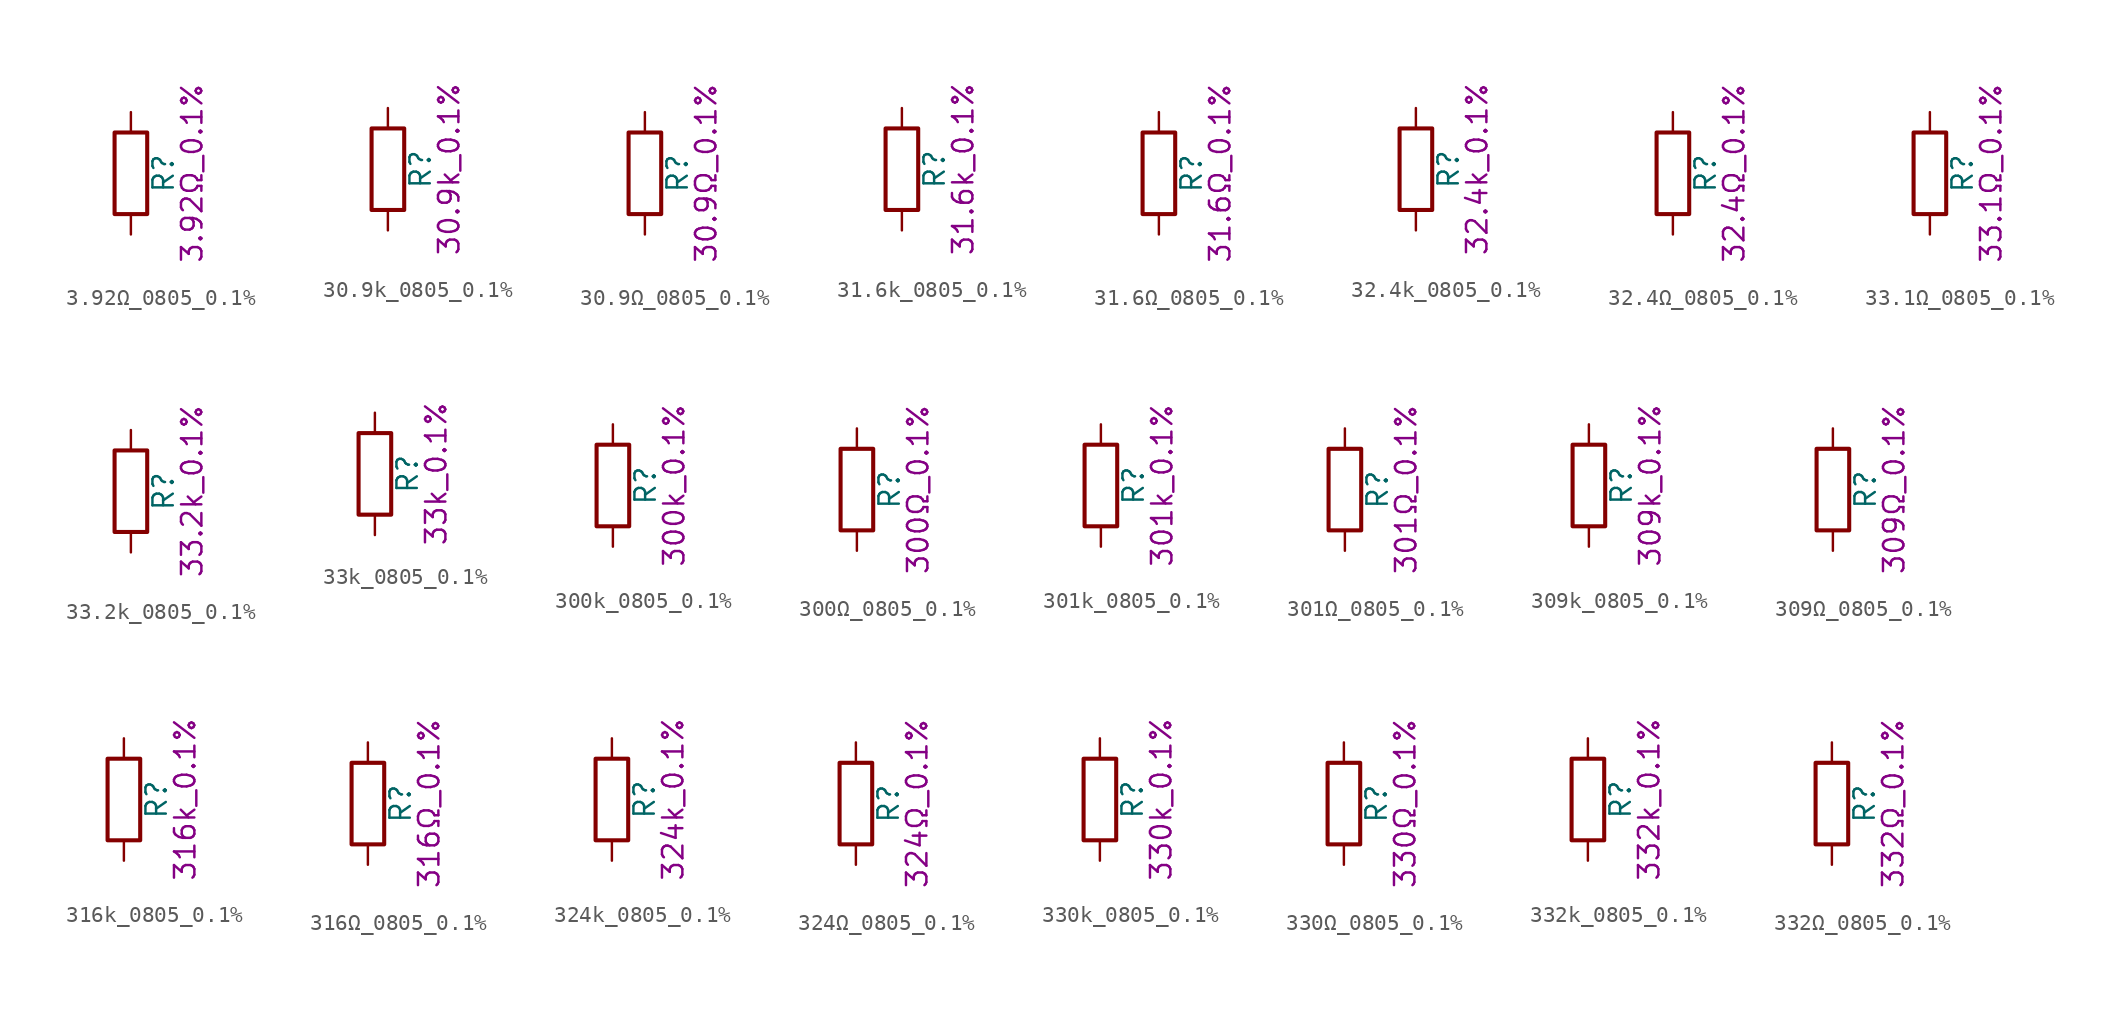
<source format=kicad_sym>
(kicad_symbol_lib
  (version 20211014)
  (generator kicad_symbol_editor)
  (symbol "3.92Ω_0805_0.1%"
    (pin_numbers hide)
    (pin_names
      (offset 0))
    (property "Reference" "R"
      (at 2.032 0 90)
      (effects (font (size 1.27 1.27))))
    (property "Display" "3.92Ω_0.1%"
      (at 3.81 0 90)
      (effects (font (size 1.27 1.27))))
    (symbol "3.92Ω_0805_0.1%_0_1"
      (rectangle (start -1.016 -2.54) (end 1.016 2.54) (stroke (width 0.254) (type default) (color 0 0 0 0)) (fill (type none))))
    (symbol "3.92Ω_0805_0.1%_1_1"
      (pin passive line (at 0 3.81 270) (length 1.27) (name "~" (effects (font (size 1.27 1.27)))) (number "1" (effects (font (size 1.27 1.27)))))
      (pin passive line (at 0 -3.81 90) (length 1.27) (name "~" (effects (font (size 1.27 1.27)))) (number "2" (effects (font (size 1.27 1.27)))))))
  (symbol "30.9k_0805_0.1%"
    (pin_numbers hide)
    (pin_names
      (offset 0))
    (property "Reference" "R"
      (at 2.032 0 90)
      (effects (font (size 1.27 1.27))))
    (property "Display" "30.9k_0.1%"
      (at 3.81 0 90)
      (effects (font (size 1.27 1.27))))
    (symbol "30.9k_0805_0.1%_0_1"
      (rectangle (start -1.016 -2.54) (end 1.016 2.54) (stroke (width 0.254) (type default) (color 0 0 0 0)) (fill (type none))))
    (symbol "30.9k_0805_0.1%_1_1"
      (pin passive line (at 0 3.81 270) (length 1.27) (name "~" (effects (font (size 1.27 1.27)))) (number "1" (effects (font (size 1.27 1.27)))))
      (pin passive line (at 0 -3.81 90) (length 1.27) (name "~" (effects (font (size 1.27 1.27)))) (number "2" (effects (font (size 1.27 1.27)))))))
  (symbol "30.9Ω_0805_0.1%"
    (pin_numbers hide)
    (pin_names
      (offset 0))
    (property "Reference" "R"
      (at 2.032 0 90)
      (effects (font (size 1.27 1.27))))
    (property "Display" "30.9Ω_0.1%"
      (at 3.81 0 90)
      (effects (font (size 1.27 1.27))))
    (symbol "30.9Ω_0805_0.1%_0_1"
      (rectangle (start -1.016 -2.54) (end 1.016 2.54) (stroke (width 0.254) (type default) (color 0 0 0 0)) (fill (type none))))
    (symbol "30.9Ω_0805_0.1%_1_1"
      (pin passive line (at 0 3.81 270) (length 1.27) (name "~" (effects (font (size 1.27 1.27)))) (number "1" (effects (font (size 1.27 1.27)))))
      (pin passive line (at 0 -3.81 90) (length 1.27) (name "~" (effects (font (size 1.27 1.27)))) (number "2" (effects (font (size 1.27 1.27)))))))
  (symbol "31.6k_0805_0.1%"
    (pin_numbers hide)
    (pin_names
      (offset 0))
    (property "Reference" "R"
      (at 2.032 0 90)
      (effects (font (size 1.27 1.27))))
    (property "Display" "31.6k_0.1%"
      (at 3.81 0 90)
      (effects (font (size 1.27 1.27))))
    (symbol "31.6k_0805_0.1%_0_1"
      (rectangle (start -1.016 -2.54) (end 1.016 2.54) (stroke (width 0.254) (type default) (color 0 0 0 0)) (fill (type none))))
    (symbol "31.6k_0805_0.1%_1_1"
      (pin passive line (at 0 3.81 270) (length 1.27) (name "~" (effects (font (size 1.27 1.27)))) (number "1" (effects (font (size 1.27 1.27)))))
      (pin passive line (at 0 -3.81 90) (length 1.27) (name "~" (effects (font (size 1.27 1.27)))) (number "2" (effects (font (size 1.27 1.27)))))))
  (symbol "31.6Ω_0805_0.1%"
    (pin_numbers hide)
    (pin_names
      (offset 0))
    (property "Reference" "R"
      (at 2.032 0 90)
      (effects (font (size 1.27 1.27))))
    (property "Display" "31.6Ω_0.1%"
      (at 3.81 0 90)
      (effects (font (size 1.27 1.27))))
    (symbol "31.6Ω_0805_0.1%_0_1"
      (rectangle (start -1.016 -2.54) (end 1.016 2.54) (stroke (width 0.254) (type default) (color 0 0 0 0)) (fill (type none))))
    (symbol "31.6Ω_0805_0.1%_1_1"
      (pin passive line (at 0 3.81 270) (length 1.27) (name "~" (effects (font (size 1.27 1.27)))) (number "1" (effects (font (size 1.27 1.27)))))
      (pin passive line (at 0 -3.81 90) (length 1.27) (name "~" (effects (font (size 1.27 1.27)))) (number "2" (effects (font (size 1.27 1.27)))))))
  (symbol "32.4k_0805_0.1%"
    (pin_numbers hide)
    (pin_names
      (offset 0))
    (property "Reference" "R"
      (at 2.032 0 90)
      (effects (font (size 1.27 1.27))))
    (property "Display" "32.4k_0.1%"
      (at 3.81 0 90)
      (effects (font (size 1.27 1.27))))
    (symbol "32.4k_0805_0.1%_0_1"
      (rectangle (start -1.016 -2.54) (end 1.016 2.54) (stroke (width 0.254) (type default) (color 0 0 0 0)) (fill (type none))))
    (symbol "32.4k_0805_0.1%_1_1"
      (pin passive line (at 0 3.81 270) (length 1.27) (name "~" (effects (font (size 1.27 1.27)))) (number "1" (effects (font (size 1.27 1.27)))))
      (pin passive line (at 0 -3.81 90) (length 1.27) (name "~" (effects (font (size 1.27 1.27)))) (number "2" (effects (font (size 1.27 1.27)))))))
  (symbol "32.4Ω_0805_0.1%"
    (pin_numbers hide)
    (pin_names
      (offset 0))
    (property "Reference" "R"
      (at 2.032 0 90)
      (effects (font (size 1.27 1.27))))
    (property "Display" "32.4Ω_0.1%"
      (at 3.81 0 90)
      (effects (font (size 1.27 1.27))))
    (symbol "32.4Ω_0805_0.1%_0_1"
      (rectangle (start -1.016 -2.54) (end 1.016 2.54) (stroke (width 0.254) (type default) (color 0 0 0 0)) (fill (type none))))
    (symbol "32.4Ω_0805_0.1%_1_1"
      (pin passive line (at 0 3.81 270) (length 1.27) (name "~" (effects (font (size 1.27 1.27)))) (number "1" (effects (font (size 1.27 1.27)))))
      (pin passive line (at 0 -3.81 90) (length 1.27) (name "~" (effects (font (size 1.27 1.27)))) (number "2" (effects (font (size 1.27 1.27)))))))
  (symbol "33.1Ω_0805_0.1%"
    (pin_numbers hide)
    (pin_names
      (offset 0))
    (property "Reference" "R"
      (at 2.032 0 90)
      (effects (font (size 1.27 1.27))))
    (property "Display" "33.1Ω_0.1%"
      (at 3.81 0 90)
      (effects (font (size 1.27 1.27))))
    (symbol "33.1Ω_0805_0.1%_0_1"
      (rectangle (start -1.016 -2.54) (end 1.016 2.54) (stroke (width 0.254) (type default) (color 0 0 0 0)) (fill (type none))))
    (symbol "33.1Ω_0805_0.1%_1_1"
      (pin passive line (at 0 3.81 270) (length 1.27) (name "~" (effects (font (size 1.27 1.27)))) (number "1" (effects (font (size 1.27 1.27)))))
      (pin passive line (at 0 -3.81 90) (length 1.27) (name "~" (effects (font (size 1.27 1.27)))) (number "2" (effects (font (size 1.27 1.27)))))))
  (symbol "33.2k_0805_0.1%"
    (pin_numbers hide)
    (pin_names
      (offset 0))
    (property "Reference" "R"
      (at 2.032 0 90)
      (effects (font (size 1.27 1.27))))
    (property "Display" "33.2k_0.1%"
      (at 3.81 0 90)
      (effects (font (size 1.27 1.27))))
    (symbol "33.2k_0805_0.1%_0_1"
      (rectangle (start -1.016 -2.54) (end 1.016 2.54) (stroke (width 0.254) (type default) (color 0 0 0 0)) (fill (type none))))
    (symbol "33.2k_0805_0.1%_1_1"
      (pin passive line (at 0 3.81 270) (length 1.27) (name "~" (effects (font (size 1.27 1.27)))) (number "1" (effects (font (size 1.27 1.27)))))
      (pin passive line (at 0 -3.81 90) (length 1.27) (name "~" (effects (font (size 1.27 1.27)))) (number "2" (effects (font (size 1.27 1.27)))))))
  (symbol "33k_0805_0.1%"
    (pin_numbers hide)
    (pin_names
      (offset 0))
    (property "Reference" "R"
      (at 2.032 0 90)
      (effects (font (size 1.27 1.27))))
    (property "Display" "33k_0.1%"
      (at 3.81 0 90)
      (effects (font (size 1.27 1.27))))
    (symbol "33k_0805_0.1%_0_1"
      (rectangle (start -1.016 -2.54) (end 1.016 2.54) (stroke (width 0.254) (type default) (color 0 0 0 0)) (fill (type none))))
    (symbol "33k_0805_0.1%_1_1"
      (pin passive line (at 0 3.81 270) (length 1.27) (name "~" (effects (font (size 1.27 1.27)))) (number "1" (effects (font (size 1.27 1.27)))))
      (pin passive line (at 0 -3.81 90) (length 1.27) (name "~" (effects (font (size 1.27 1.27)))) (number "2" (effects (font (size 1.27 1.27)))))))
  (symbol "300k_0805_0.1%"
    (pin_numbers hide)
    (pin_names
      (offset 0))
    (property "Reference" "R"
      (at 2.032 0 90)
      (effects (font (size 1.27 1.27))))
    (property "Display" "300k_0.1%"
      (at 3.81 0 90)
      (effects (font (size 1.27 1.27))))
    (symbol "300k_0805_0.1%_0_1"
      (rectangle (start -1.016 -2.54) (end 1.016 2.54) (stroke (width 0.254) (type default) (color 0 0 0 0)) (fill (type none))))
    (symbol "300k_0805_0.1%_1_1"
      (pin passive line (at 0 3.81 270) (length 1.27) (name "~" (effects (font (size 1.27 1.27)))) (number "1" (effects (font (size 1.27 1.27)))))
      (pin passive line (at 0 -3.81 90) (length 1.27) (name "~" (effects (font (size 1.27 1.27)))) (number "2" (effects (font (size 1.27 1.27)))))))
  (symbol "300Ω_0805_0.1%"
    (pin_numbers hide)
    (pin_names
      (offset 0))
    (property "Reference" "R"
      (at 2.032 0 90)
      (effects (font (size 1.27 1.27))))
    (property "Display" "300Ω_0.1%"
      (at 3.81 0 90)
      (effects (font (size 1.27 1.27))))
    (symbol "300Ω_0805_0.1%_0_1"
      (rectangle (start -1.016 -2.54) (end 1.016 2.54) (stroke (width 0.254) (type default) (color 0 0 0 0)) (fill (type none))))
    (symbol "300Ω_0805_0.1%_1_1"
      (pin passive line (at 0 3.81 270) (length 1.27) (name "~" (effects (font (size 1.27 1.27)))) (number "1" (effects (font (size 1.27 1.27)))))
      (pin passive line (at 0 -3.81 90) (length 1.27) (name "~" (effects (font (size 1.27 1.27)))) (number "2" (effects (font (size 1.27 1.27)))))))
  (symbol "301k_0805_0.1%"
    (pin_numbers hide)
    (pin_names
      (offset 0))
    (property "Reference" "R"
      (at 2.032 0 90)
      (effects (font (size 1.27 1.27))))
    (property "Display" "301k_0.1%"
      (at 3.81 0 90)
      (effects (font (size 1.27 1.27))))
    (symbol "301k_0805_0.1%_0_1"
      (rectangle (start -1.016 -2.54) (end 1.016 2.54) (stroke (width 0.254) (type default) (color 0 0 0 0)) (fill (type none))))
    (symbol "301k_0805_0.1%_1_1"
      (pin passive line (at 0 3.81 270) (length 1.27) (name "~" (effects (font (size 1.27 1.27)))) (number "1" (effects (font (size 1.27 1.27)))))
      (pin passive line (at 0 -3.81 90) (length 1.27) (name "~" (effects (font (size 1.27 1.27)))) (number "2" (effects (font (size 1.27 1.27)))))))
  (symbol "301Ω_0805_0.1%"
    (pin_numbers hide)
    (pin_names
      (offset 0))
    (property "Reference" "R"
      (at 2.032 0 90)
      (effects (font (size 1.27 1.27))))
    (property "Display" "301Ω_0.1%"
      (at 3.81 0 90)
      (effects (font (size 1.27 1.27))))
    (symbol "301Ω_0805_0.1%_0_1"
      (rectangle (start -1.016 -2.54) (end 1.016 2.54) (stroke (width 0.254) (type default) (color 0 0 0 0)) (fill (type none))))
    (symbol "301Ω_0805_0.1%_1_1"
      (pin passive line (at 0 3.81 270) (length 1.27) (name "~" (effects (font (size 1.27 1.27)))) (number "1" (effects (font (size 1.27 1.27)))))
      (pin passive line (at 0 -3.81 90) (length 1.27) (name "~" (effects (font (size 1.27 1.27)))) (number "2" (effects (font (size 1.27 1.27)))))))
  (symbol "309k_0805_0.1%"
    (pin_numbers hide)
    (pin_names
      (offset 0))
    (property "Reference" "R"
      (at 2.032 0 90)
      (effects (font (size 1.27 1.27))))
    (property "Display" "309k_0.1%"
      (at 3.81 0 90)
      (effects (font (size 1.27 1.27))))
    (symbol "309k_0805_0.1%_0_1"
      (rectangle (start -1.016 -2.54) (end 1.016 2.54) (stroke (width 0.254) (type default) (color 0 0 0 0)) (fill (type none))))
    (symbol "309k_0805_0.1%_1_1"
      (pin passive line (at 0 3.81 270) (length 1.27) (name "~" (effects (font (size 1.27 1.27)))) (number "1" (effects (font (size 1.27 1.27)))))
      (pin passive line (at 0 -3.81 90) (length 1.27) (name "~" (effects (font (size 1.27 1.27)))) (number "2" (effects (font (size 1.27 1.27)))))))
  (symbol "309Ω_0805_0.1%"
    (pin_numbers hide)
    (pin_names
      (offset 0))
    (property "Reference" "R"
      (at 2.032 0 90)
      (effects (font (size 1.27 1.27))))
    (property "Display" "309Ω_0.1%"
      (at 3.81 0 90)
      (effects (font (size 1.27 1.27))))
    (symbol "309Ω_0805_0.1%_0_1"
      (rectangle (start -1.016 -2.54) (end 1.016 2.54) (stroke (width 0.254) (type default) (color 0 0 0 0)) (fill (type none))))
    (symbol "309Ω_0805_0.1%_1_1"
      (pin passive line (at 0 3.81 270) (length 1.27) (name "~" (effects (font (size 1.27 1.27)))) (number "1" (effects (font (size 1.27 1.27)))))
      (pin passive line (at 0 -3.81 90) (length 1.27) (name "~" (effects (font (size 1.27 1.27)))) (number "2" (effects (font (size 1.27 1.27)))))))
  (symbol "316k_0805_0.1%"
    (pin_numbers hide)
    (pin_names
      (offset 0))
    (property "Reference" "R"
      (at 2.032 0 90)
      (effects (font (size 1.27 1.27))))
    (property "Display" "316k_0.1%"
      (at 3.81 0 90)
      (effects (font (size 1.27 1.27))))
    (symbol "316k_0805_0.1%_0_1"
      (rectangle (start -1.016 -2.54) (end 1.016 2.54) (stroke (width 0.254) (type default) (color 0 0 0 0)) (fill (type none))))
    (symbol "316k_0805_0.1%_1_1"
      (pin passive line (at 0 3.81 270) (length 1.27) (name "~" (effects (font (size 1.27 1.27)))) (number "1" (effects (font (size 1.27 1.27)))))
      (pin passive line (at 0 -3.81 90) (length 1.27) (name "~" (effects (font (size 1.27 1.27)))) (number "2" (effects (font (size 1.27 1.27)))))))
  (symbol "316Ω_0805_0.1%"
    (pin_numbers hide)
    (pin_names
      (offset 0))
    (property "Reference" "R"
      (at 2.032 0 90)
      (effects (font (size 1.27 1.27))))
    (property "Display" "316Ω_0.1%"
      (at 3.81 0 90)
      (effects (font (size 1.27 1.27))))
    (symbol "316Ω_0805_0.1%_0_1"
      (rectangle (start -1.016 -2.54) (end 1.016 2.54) (stroke (width 0.254) (type default) (color 0 0 0 0)) (fill (type none))))
    (symbol "316Ω_0805_0.1%_1_1"
      (pin passive line (at 0 3.81 270) (length 1.27) (name "~" (effects (font (size 1.27 1.27)))) (number "1" (effects (font (size 1.27 1.27)))))
      (pin passive line (at 0 -3.81 90) (length 1.27) (name "~" (effects (font (size 1.27 1.27)))) (number "2" (effects (font (size 1.27 1.27)))))))
  (symbol "324k_0805_0.1%"
    (pin_numbers hide)
    (pin_names
      (offset 0))
    (property "Reference" "R"
      (at 2.032 0 90)
      (effects (font (size 1.27 1.27))))
    (property "Display" "324k_0.1%"
      (at 3.81 0 90)
      (effects (font (size 1.27 1.27))))
    (symbol "324k_0805_0.1%_0_1"
      (rectangle (start -1.016 -2.54) (end 1.016 2.54) (stroke (width 0.254) (type default) (color 0 0 0 0)) (fill (type none))))
    (symbol "324k_0805_0.1%_1_1"
      (pin passive line (at 0 3.81 270) (length 1.27) (name "~" (effects (font (size 1.27 1.27)))) (number "1" (effects (font (size 1.27 1.27)))))
      (pin passive line (at 0 -3.81 90) (length 1.27) (name "~" (effects (font (size 1.27 1.27)))) (number "2" (effects (font (size 1.27 1.27)))))))
  (symbol "324Ω_0805_0.1%"
    (pin_numbers hide)
    (pin_names
      (offset 0))
    (property "Reference" "R"
      (at 2.032 0 90)
      (effects (font (size 1.27 1.27))))
    (property "Display" "324Ω_0.1%"
      (at 3.81 0 90)
      (effects (font (size 1.27 1.27))))
    (symbol "324Ω_0805_0.1%_0_1"
      (rectangle (start -1.016 -2.54) (end 1.016 2.54) (stroke (width 0.254) (type default) (color 0 0 0 0)) (fill (type none))))
    (symbol "324Ω_0805_0.1%_1_1"
      (pin passive line (at 0 3.81 270) (length 1.27) (name "~" (effects (font (size 1.27 1.27)))) (number "1" (effects (font (size 1.27 1.27)))))
      (pin passive line (at 0 -3.81 90) (length 1.27) (name "~" (effects (font (size 1.27 1.27)))) (number "2" (effects (font (size 1.27 1.27)))))))
  (symbol "330k_0805_0.1%"
    (pin_numbers hide)
    (pin_names
      (offset 0))
    (property "Reference" "R"
      (at 2.032 0 90)
      (effects (font (size 1.27 1.27))))
    (property "Display" "330k_0.1%"
      (at 3.81 0 90)
      (effects (font (size 1.27 1.27))))
    (symbol "330k_0805_0.1%_0_1"
      (rectangle (start -1.016 -2.54) (end 1.016 2.54) (stroke (width 0.254) (type default) (color 0 0 0 0)) (fill (type none))))
    (symbol "330k_0805_0.1%_1_1"
      (pin passive line (at 0 3.81 270) (length 1.27) (name "~" (effects (font (size 1.27 1.27)))) (number "1" (effects (font (size 1.27 1.27)))))
      (pin passive line (at 0 -3.81 90) (length 1.27) (name "~" (effects (font (size 1.27 1.27)))) (number "2" (effects (font (size 1.27 1.27)))))))
  (symbol "330Ω_0805_0.1%"
    (pin_numbers hide)
    (pin_names
      (offset 0))
    (property "Reference" "R"
      (at 2.032 0 90)
      (effects (font (size 1.27 1.27))))
    (property "Display" "330Ω_0.1%"
      (at 3.81 0 90)
      (effects (font (size 1.27 1.27))))
    (symbol "330Ω_0805_0.1%_0_1"
      (rectangle (start -1.016 -2.54) (end 1.016 2.54) (stroke (width 0.254) (type default) (color 0 0 0 0)) (fill (type none))))
    (symbol "330Ω_0805_0.1%_1_1"
      (pin passive line (at 0 3.81 270) (length 1.27) (name "~" (effects (font (size 1.27 1.27)))) (number "1" (effects (font (size 1.27 1.27)))))
      (pin passive line (at 0 -3.81 90) (length 1.27) (name "~" (effects (font (size 1.27 1.27)))) (number "2" (effects (font (size 1.27 1.27)))))))
  (symbol "332k_0805_0.1%"
    (pin_numbers hide)
    (pin_names
      (offset 0))
    (property "Reference" "R"
      (at 2.032 0 90)
      (effects (font (size 1.27 1.27))))
    (property "Display" "332k_0.1%"
      (at 3.81 0 90)
      (effects (font (size 1.27 1.27))))
    (symbol "332k_0805_0.1%_0_1"
      (rectangle (start -1.016 -2.54) (end 1.016 2.54) (stroke (width 0.254) (type default) (color 0 0 0 0)) (fill (type none))))
    (symbol "332k_0805_0.1%_1_1"
      (pin passive line (at 0 3.81 270) (length 1.27) (name "~" (effects (font (size 1.27 1.27)))) (number "1" (effects (font (size 1.27 1.27)))))
      (pin passive line (at 0 -3.81 90) (length 1.27) (name "~" (effects (font (size 1.27 1.27)))) (number "2" (effects (font (size 1.27 1.27)))))))
  (symbol "332Ω_0805_0.1%"
    (pin_numbers hide)
    (pin_names
      (offset 0))
    (property "Reference" "R"
      (at 2.032 0 90)
      (effects (font (size 1.27 1.27))))
    (property "Display" "332Ω_0.1%"
      (at 3.81 0 90)
      (effects (font (size 1.27 1.27))))
    (symbol "332Ω_0805_0.1%_0_1"
      (rectangle (start -1.016 -2.54) (end 1.016 2.54) (stroke (width 0.254) (type default) (color 0 0 0 0)) (fill (type none))))
    (symbol "332Ω_0805_0.1%_1_1"
      (pin passive line (at 0 3.81 270) (length 1.27) (name "~" (effects (font (size 1.27 1.27)))) (number "1" (effects (font (size 1.27 1.27)))))
      (pin passive line (at 0 -3.81 90) (length 1.27) (name "~" (effects (font (size 1.27 1.27)))) (number "2" (effects (font (size 1.27 1.27))))))))
</source>
